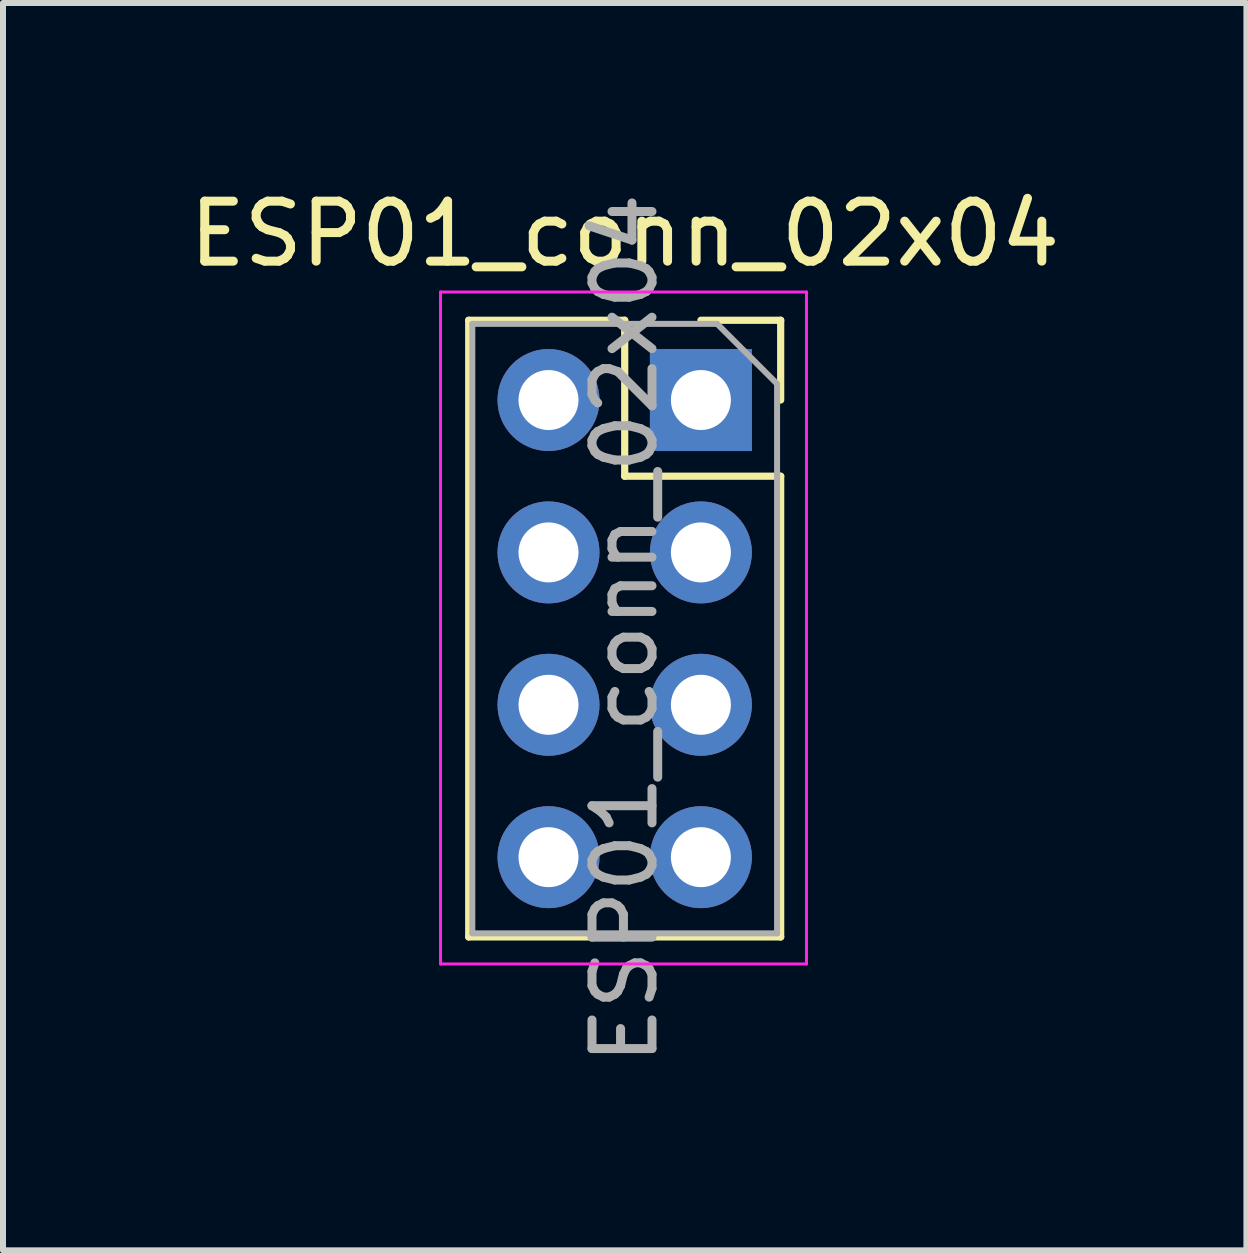
<source format=kicad_pcb>
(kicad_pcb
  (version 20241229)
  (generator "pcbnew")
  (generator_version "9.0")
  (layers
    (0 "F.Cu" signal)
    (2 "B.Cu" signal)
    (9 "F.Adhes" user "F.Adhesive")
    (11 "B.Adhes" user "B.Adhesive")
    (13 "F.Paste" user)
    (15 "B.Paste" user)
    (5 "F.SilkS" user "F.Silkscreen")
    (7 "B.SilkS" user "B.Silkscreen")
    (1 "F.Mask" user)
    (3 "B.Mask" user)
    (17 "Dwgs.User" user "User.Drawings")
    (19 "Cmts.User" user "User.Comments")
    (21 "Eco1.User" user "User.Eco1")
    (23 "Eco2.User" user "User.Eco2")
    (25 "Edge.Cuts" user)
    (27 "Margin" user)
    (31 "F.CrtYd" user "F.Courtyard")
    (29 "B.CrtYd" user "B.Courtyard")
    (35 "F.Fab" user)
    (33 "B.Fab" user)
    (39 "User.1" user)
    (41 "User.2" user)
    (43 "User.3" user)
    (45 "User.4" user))
  (footprint "ESP01_conn_02x04"
    (layer "F.Cu")
    (at 8.633 3.618)
    (property "Reference" "ESP01_conn_02x04" (at -1.27 -2.77 0) (layer "F.SilkS") (effects (font (size 1 1) (thickness 0.15))))
    (attr through_hole)
    (fp_line (start -3.87 -1.33) (end -3.87 8.95) (stroke (width 0.12) (type solid)) (layer "F.SilkS"))
    (fp_line (start -3.87 -1.33) (end -1.27 -1.33) (stroke (width 0.12) (type solid)) (layer "F.SilkS"))
    (fp_line (start -3.87 8.95) (end 1.33 8.95) (stroke (width 0.12) (type solid)) (layer "F.SilkS"))
    (fp_line (start -1.27 -1.33) (end -1.27 1.27) (stroke (width 0.12) (type solid)) (layer "F.SilkS"))
    (fp_line (start -1.27 1.27) (end 1.33 1.27) (stroke (width 0.12) (type solid)) (layer "F.SilkS"))
    (fp_line (start 0 -1.33) (end 1.33 -1.33) (stroke (width 0.12) (type solid)) (layer "F.SilkS"))
    (fp_line (start 1.33 -1.33) (end 1.33 0) (stroke (width 0.12) (type solid)) (layer "F.SilkS"))
    (fp_line (start 1.33 1.27) (end 1.33 8.95) (stroke (width 0.12) (type solid)) (layer "F.SilkS"))
    (fp_line (start -4.34 -1.8) (end 1.76 -1.8) (stroke (width 0.05) (type solid)) (layer "F.CrtYd"))
    (fp_line (start -4.34 9.4) (end -4.34 -1.8) (stroke (width 0.05) (type solid)) (layer "F.CrtYd"))
    (fp_line (start 1.76 -1.8) (end 1.76 9.4) (stroke (width 0.05) (type solid)) (layer "F.CrtYd"))
    (fp_line (start 1.76 9.4) (end -4.34 9.4) (stroke (width 0.05) (type solid)) (layer "F.CrtYd"))
    (fp_line (start -3.81 -1.27) (end 0.27 -1.27) (stroke (width 0.1) (type solid)) (layer "F.Fab"))
    (fp_line (start -3.81 8.89) (end -3.81 -1.27) (stroke (width 0.1) (type solid)) (layer "F.Fab"))
    (fp_line (start 0.27 -1.27) (end 1.27 -0.27) (stroke (width 0.1) (type solid)) (layer "F.Fab"))
    (fp_line (start 1.27 -0.27) (end 1.27 8.89) (stroke (width 0.1) (type solid)) (layer "F.Fab"))
    (fp_line (start 1.27 8.89) (end -3.81 8.89) (stroke (width 0.1) (type solid)) (layer "F.Fab"))
    (fp_text user "${REFERENCE}" (at -1.27 3.81 90) (layer "F.Fab") (effects (font (size 1 1) (thickness 0.15))))
    (pad "1" thru_hole rect (at 0 0) (size 1.7 1.7) (drill 1) (layers "*.Cu" "*.Mask"))
    (pad "2" thru_hole oval (at -2.54 0) (size 1.7 1.7) (drill 1) (layers "*.Cu" "*.Mask"))
    (pad "3" thru_hole oval (at 0 2.54) (size 1.7 1.7) (drill 1) (layers "*.Cu" "*.Mask"))
    (pad "4" thru_hole oval (at -2.54 2.54) (size 1.7 1.7) (drill 1) (layers "*.Cu" "*.Mask"))
    (pad "5" thru_hole oval (at 0 5.08) (size 1.7 1.7) (drill 1) (layers "*.Cu" "*.Mask"))
    (pad "6" thru_hole oval (at -2.54 5.08) (size 1.7 1.7) (drill 1) (layers "*.Cu" "*.Mask"))
    (pad "7" thru_hole oval (at 0 7.62) (size 1.7 1.7) (drill 1) (layers "*.Cu" "*.Mask"))
    (pad "8" thru_hole oval (at -2.54 7.62) (size 1.7 1.7) (drill 1) (layers "*.Cu" "*.Mask")))
  (gr_rect
    (start -3 -3)
    (end 17.726 17.791)
    (stroke (width 0.1) (type default))
    (fill no)
    (layer "Edge.Cuts")))
</source>
